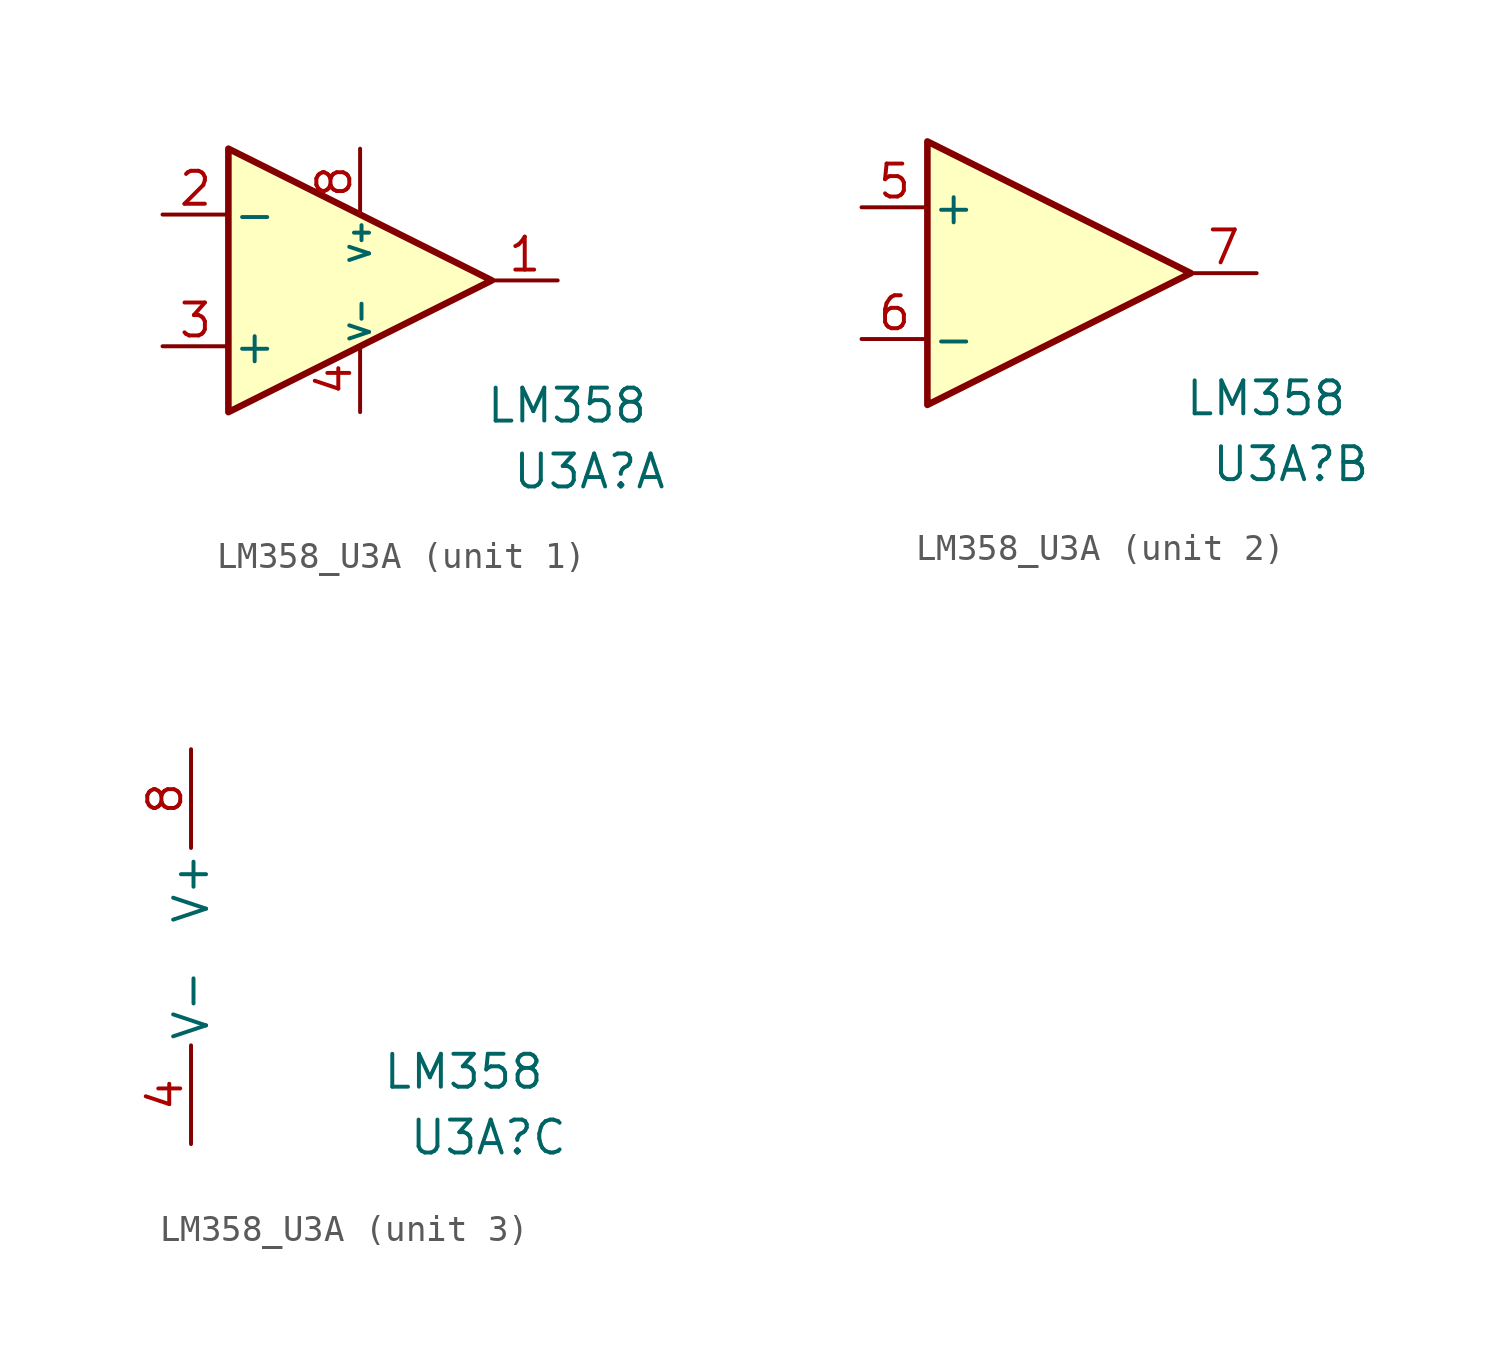
<source format=kicad_sym>
(kicad_symbol_lib
  (version 20231120)
  (generator "kicad_symbol_editor")
  (generator_version "8.0")
  (symbol "LM358_U3A"
    (pin_names
      (offset 0.127))
    (property "Reference" "U3A"
      (at 5.842 -7.366 0)
      (effects (font (size 1.27 1.27)) (justify left)))
    (property "Value" "LM358"
      (at 4.826 -4.826 0)
      (effects (font (size 1.27 1.27)) (justify left)))
    (property "ki_locked" ""
      (at 0 0 0)
      (effects (font (size 1.27 1.27))))
    (symbol "LM358_U3A_1_1"
      (polyline (pts (xy -5.08 5.08) (xy 5.08 0) (xy -5.08 -5.08) (xy -5.08 5.08)) (stroke (width 0.254) (type default)) (fill (type background)))
      (pin output line (at 7.62 0 180) (length 2.54) (name "~" (effects (font (size 1.27 1.27)))) (number "1" (effects (font (size 1.27 1.27)))))
      (pin input line (at -7.62 2.54 0) (length 2.54) (name "-" (effects (font (size 1.27 1.27)))) (number "2" (effects (font (size 1.27 1.27)))))
      (pin input line (at -7.62 -2.54 0) (length 2.54) (name "+" (effects (font (size 1.27 1.27)))) (number "3" (effects (font (size 1.27 1.27)))))
      (pin input line (at 0 -5.08 90) (length 2.54) (name "V-" (effects (font (size 0.762 0.762)))) (number "4" (effects (font (size 1.27 1.27)))))
      (pin input line (at 0 5.08 270) (length 2.54) (name "V+" (effects (font (size 0.762 0.762)))) (number "8" (effects (font (size 1.27 1.27))))))
    (symbol "LM358_U3A_2_1"
      (polyline (pts (xy -5.08 5.08) (xy 5.08 0) (xy -5.08 -5.08) (xy -5.08 5.08)) (stroke (width 0.254) (type default)) (fill (type background)))
      (pin input line (at -7.62 2.54 0) (length 2.54) (name "+" (effects (font (size 1.27 1.27)))) (number "5" (effects (font (size 1.27 1.27)))))
      (pin input line (at -7.62 -2.54 0) (length 2.54) (name "-" (effects (font (size 1.27 1.27)))) (number "6" (effects (font (size 1.27 1.27)))))
      (pin output line (at 7.62 0 180) (length 2.54) (name "~" (effects (font (size 1.27 1.27)))) (number "7" (effects (font (size 1.27 1.27))))))
    (symbol "LM358_U3A_3_1"
      (pin power_in line (at -2.54 -7.62 90) (length 3.81) (name "V-" (effects (font (size 1.27 1.27)))) (number "4" (effects (font (size 1.27 1.27)))))
      (pin power_in line (at -2.54 7.62 270) (length 3.81) (name "V+" (effects (font (size 1.27 1.27)))) (number "8" (effects (font (size 1.27 1.27))))))))
</source>
